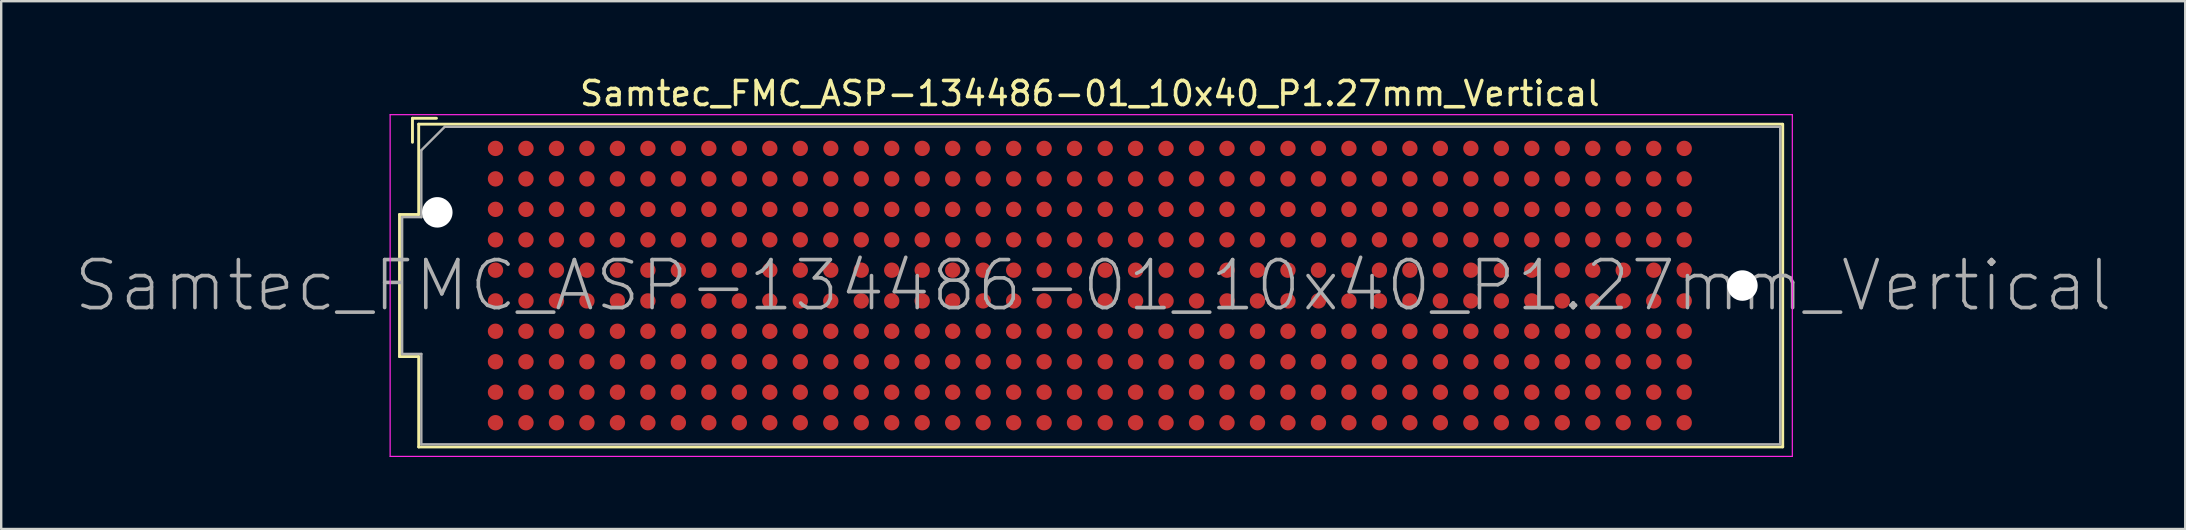
<source format=kicad_pcb>
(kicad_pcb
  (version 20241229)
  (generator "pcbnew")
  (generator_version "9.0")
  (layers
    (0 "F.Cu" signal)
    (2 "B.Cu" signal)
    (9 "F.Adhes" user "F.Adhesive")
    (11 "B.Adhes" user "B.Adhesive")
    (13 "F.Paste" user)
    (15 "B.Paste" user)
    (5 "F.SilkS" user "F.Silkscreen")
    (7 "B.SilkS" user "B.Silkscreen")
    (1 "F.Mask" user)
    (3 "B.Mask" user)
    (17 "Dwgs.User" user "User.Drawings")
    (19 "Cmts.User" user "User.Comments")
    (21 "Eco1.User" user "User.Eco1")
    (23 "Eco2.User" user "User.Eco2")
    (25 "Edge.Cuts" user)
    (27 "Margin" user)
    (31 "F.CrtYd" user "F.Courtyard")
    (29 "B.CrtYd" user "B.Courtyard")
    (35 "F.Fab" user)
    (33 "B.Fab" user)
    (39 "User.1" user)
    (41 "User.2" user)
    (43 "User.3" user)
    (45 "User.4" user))
  (footprint "Samtec_FMC_ASP-134486-01_10x40_P1.27mm_Vertical"
    (layer "F.Cu")
    (at 42.361 8.848)
    (property "Reference" "Samtec_FMC_ASP-134486-01_10x40_P1.27mm_Vertical" (at 0 -8 0) (layer "F.SilkS") (effects (font (size 1 1) (thickness 0.15))))
    (attr smd)
    (fp_line (start -28.765 -2.96) (end -27.965 -2.96) (stroke (width 0.12) (type solid)) (layer "F.SilkS"))
    (fp_line (start -28.765 2.96) (end -28.765 -2.96) (stroke (width 0.12) (type solid)) (layer "F.SilkS"))
    (fp_line (start -28.225 -6.97) (end -28.225 -5.97) (stroke (width 0.12) (type solid)) (layer "F.SilkS"))
    (fp_line (start -27.965 -6.725) (end 28.865 -6.725) (stroke (width 0.12) (type solid)) (layer "F.SilkS"))
    (fp_line (start -27.965 -2.96) (end -27.965 -6.725) (stroke (width 0.12) (type solid)) (layer "F.SilkS"))
    (fp_line (start -27.965 2.96) (end -28.765 2.96) (stroke (width 0.12) (type solid)) (layer "F.SilkS"))
    (fp_line (start -27.965 6.725) (end -27.965 2.96) (stroke (width 0.12) (type solid)) (layer "F.SilkS"))
    (fp_line (start -27.225 -6.97) (end -28.225 -6.97) (stroke (width 0.12) (type solid)) (layer "F.SilkS"))
    (fp_line (start 28.87 -6.72) (end 28.87 6.72) (stroke (width 0.12) (type solid)) (layer "F.SilkS"))
    (fp_line (start 28.87 6.725) (end -27.965 6.725) (stroke (width 0.12) (type solid)) (layer "F.SilkS"))
    (fp_line (start -29.155 -7.12) (end -29.155 7.12) (stroke (width 0.05) (type solid)) (layer "F.CrtYd"))
    (fp_line (start -29.155 -7.12) (end 29.27 -7.12) (stroke (width 0.05) (type solid)) (layer "F.CrtYd"))
    (fp_line (start -29.155 7.12) (end 29.27 7.12) (stroke (width 0.05) (type solid)) (layer "F.CrtYd"))
    (fp_line (start 29.27 -7.12) (end 29.27 7.12) (stroke (width 0.05) (type solid)) (layer "F.CrtYd"))
    (fp_line (start -28.655 -2.85) (end -28.655 2.85) (stroke (width 0.1) (type solid)) (layer "F.Fab"))
    (fp_line (start -27.855 -2.85) (end -28.655 -2.85) (stroke (width 0.1) (type solid)) (layer "F.Fab"))
    (fp_line (start -27.855 -2.85) (end -27.855 -5.63) (stroke (width 0.1) (type solid)) (layer "F.Fab"))
    (fp_line (start -27.855 2.85) (end -28.655 2.85) (stroke (width 0.1) (type solid)) (layer "F.Fab"))
    (fp_line (start -27.855 2.85) (end -27.855 6.615) (stroke (width 0.1) (type solid)) (layer "F.Fab"))
    (fp_line (start -26.875 -6.62) (end -27.855 -5.64) (stroke (width 0.1) (type solid)) (layer "F.Fab"))
    (fp_line (start 28.765 -6.615) (end -26.875 -6.615) (stroke (width 0.1) (type solid)) (layer "F.Fab"))
    (fp_line (start 28.765 -6.615) (end 28.765 6.615) (stroke (width 0.1) (type solid)) (layer "F.Fab"))
    (fp_line (start 28.765 6.615) (end -27.855 6.615) (stroke (width 0.1) (type solid)) (layer "F.Fab"))
    (fp_text user "${REFERENCE}" (at 0.14 0 0) (layer "F.Fab") (effects (font (size 2 2) (thickness 0.15))))
    (pad "" np_thru_hole circle (at -27.19 -3.05) (size 1.27 1.27) (drill 1.27) (layers "*.Cu" "*.Paste" "*.Mask"))
    (pad "" np_thru_hole circle (at 27.191 0) (size 1.27 1.27) (drill 1.27) (layers "*.Cu" "*.Paste" "*.Mask"))
    (pad "A1" smd circle (at -24.765 -5.715) (size 0.64 0.64) (layers "F.Cu" "F.Mask" "F.Paste"))
    (pad "A2" smd circle (at -23.495 -5.715) (size 0.64 0.64) (layers "F.Cu" "F.Mask" "F.Paste"))
    (pad "A3" smd circle (at -22.225 -5.715) (size 0.64 0.64) (layers "F.Cu" "F.Mask" "F.Paste"))
    (pad "A4" smd circle (at -20.955 -5.715) (size 0.64 0.64) (layers "F.Cu" "F.Mask" "F.Paste"))
    (pad "A5" smd circle (at -19.685 -5.715) (size 0.64 0.64) (layers "F.Cu" "F.Mask" "F.Paste"))
    (pad "A6" smd circle (at -18.415 -5.715) (size 0.64 0.64) (layers "F.Cu" "F.Mask" "F.Paste"))
    (pad "A7" smd circle (at -17.145 -5.715) (size 0.64 0.64) (layers "F.Cu" "F.Mask" "F.Paste"))
    (pad "A8" smd circle (at -15.875 -5.715) (size 0.64 0.64) (layers "F.Cu" "F.Mask" "F.Paste"))
    (pad "A9" smd circle (at -14.605 -5.715) (size 0.64 0.64) (layers "F.Cu" "F.Mask" "F.Paste"))
    (pad "A10" smd circle (at -13.335 -5.715) (size 0.64 0.64) (layers "F.Cu" "F.Mask" "F.Paste"))
    (pad "A11" smd circle (at -12.065 -5.715) (size 0.64 0.64) (layers "F.Cu" "F.Mask" "F.Paste"))
    (pad "A12" smd circle (at -10.795 -5.715) (size 0.64 0.64) (layers "F.Cu" "F.Mask" "F.Paste"))
    (pad "A13" smd circle (at -9.525 -5.715) (size 0.64 0.64) (layers "F.Cu" "F.Mask" "F.Paste"))
    (pad "A14" smd circle (at -8.255 -5.715) (size 0.64 0.64) (layers "F.Cu" "F.Mask" "F.Paste"))
    (pad "A15" smd circle (at -6.985 -5.715) (size 0.64 0.64) (layers "F.Cu" "F.Mask" "F.Paste"))
    (pad "A16" smd circle (at -5.715 -5.715) (size 0.64 0.64) (layers "F.Cu" "F.Mask" "F.Paste"))
    (pad "A17" smd circle (at -4.445 -5.715) (size 0.64 0.64) (layers "F.Cu" "F.Mask" "F.Paste"))
    (pad "A18" smd circle (at -3.175 -5.715) (size 0.64 0.64) (layers "F.Cu" "F.Mask" "F.Paste"))
    (pad "A19" smd circle (at -1.905 -5.715) (size 0.64 0.64) (layers "F.Cu" "F.Mask" "F.Paste"))
    (pad "A20" smd circle (at -0.64 -5.715) (size 0.64 0.64) (layers "F.Cu" "F.Mask" "F.Paste"))
    (pad "A21" smd circle (at 0.64 -5.715) (size 0.64 0.64) (layers "F.Cu" "F.Mask" "F.Paste"))
    (pad "A22" smd circle (at 1.905 -5.715) (size 0.64 0.64) (layers "F.Cu" "F.Mask" "F.Paste"))
    (pad "A23" smd circle (at 3.175 -5.715) (size 0.64 0.64) (layers "F.Cu" "F.Mask" "F.Paste"))
    (pad "A24" smd circle (at 4.445 -5.715) (size 0.64 0.64) (layers "F.Cu" "F.Mask" "F.Paste"))
    (pad "A25" smd circle (at 5.715 -5.715) (size 0.64 0.64) (layers "F.Cu" "F.Mask" "F.Paste"))
    (pad "A26" smd circle (at 6.985 -5.715) (size 0.64 0.64) (layers "F.Cu" "F.Mask" "F.Paste"))
    (pad "A27" smd circle (at 8.255 -5.715) (size 0.64 0.64) (layers "F.Cu" "F.Mask" "F.Paste"))
    (pad "A28" smd circle (at 9.525 -5.715) (size 0.64 0.64) (layers "F.Cu" "F.Mask" "F.Paste"))
    (pad "A29" smd circle (at 10.795 -5.715) (size 0.64 0.64) (layers "F.Cu" "F.Mask" "F.Paste"))
    (pad "A30" smd circle (at 12.065 -5.715) (size 0.64 0.64) (layers "F.Cu" "F.Mask" "F.Paste"))
    (pad "A31" smd circle (at 13.335 -5.715) (size 0.64 0.64) (layers "F.Cu" "F.Mask" "F.Paste"))
    (pad "A32" smd circle (at 14.605 -5.715) (size 0.64 0.64) (layers "F.Cu" "F.Mask" "F.Paste"))
    (pad "A33" smd circle (at 15.875 -5.715) (size 0.64 0.64) (layers "F.Cu" "F.Mask" "F.Paste"))
    (pad "A34" smd circle (at 17.145 -5.715) (size 0.64 0.64) (layers "F.Cu" "F.Mask" "F.Paste"))
    (pad "A35" smd circle (at 18.415 -5.715) (size 0.64 0.64) (layers "F.Cu" "F.Mask" "F.Paste"))
    (pad "A36" smd circle (at 19.685 -5.715) (size 0.64 0.64) (layers "F.Cu" "F.Mask" "F.Paste"))
    (pad "A37" smd circle (at 20.955 -5.715) (size 0.64 0.64) (layers "F.Cu" "F.Mask" "F.Paste"))
    (pad "A38" smd circle (at 22.225 -5.715) (size 0.64 0.64) (layers "F.Cu" "F.Mask" "F.Paste"))
    (pad "A39" smd circle (at 23.495 -5.715) (size 0.64 0.64) (layers "F.Cu" "F.Mask" "F.Paste"))
    (pad "A40" smd circle (at 24.765 -5.715) (size 0.64 0.64) (layers "F.Cu" "F.Mask" "F.Paste"))
    (pad "B1" smd circle (at -24.765 -4.445) (size 0.64 0.64) (layers "F.Cu" "F.Mask" "F.Paste"))
    (pad "B2" smd circle (at -23.495 -4.445) (size 0.64 0.64) (layers "F.Cu" "F.Mask" "F.Paste"))
    (pad "B3" smd circle (at -22.225 -4.445) (size 0.64 0.64) (layers "F.Cu" "F.Mask" "F.Paste"))
    (pad "B4" smd circle (at -20.955 -4.445) (size 0.64 0.64) (layers "F.Cu" "F.Mask" "F.Paste"))
    (pad "B5" smd circle (at -19.685 -4.445) (size 0.64 0.64) (layers "F.Cu" "F.Mask" "F.Paste"))
    (pad "B6" smd circle (at -18.415 -4.445) (size 0.64 0.64) (layers "F.Cu" "F.Mask" "F.Paste"))
    (pad "B7" smd circle (at -17.145 -4.445) (size 0.64 0.64) (layers "F.Cu" "F.Mask" "F.Paste"))
    (pad "B8" smd circle (at -15.875 -4.445) (size 0.64 0.64) (layers "F.Cu" "F.Mask" "F.Paste"))
    (pad "B9" smd circle (at -14.605 -4.445) (size 0.64 0.64) (layers "F.Cu" "F.Mask" "F.Paste"))
    (pad "B10" smd circle (at -13.335 -4.445) (size 0.64 0.64) (layers "F.Cu" "F.Mask" "F.Paste"))
    (pad "B11" smd circle (at -12.065 -4.445) (size 0.64 0.64) (layers "F.Cu" "F.Mask" "F.Paste"))
    (pad "B12" smd circle (at -10.795 -4.445) (size 0.64 0.64) (layers "F.Cu" "F.Mask" "F.Paste"))
    (pad "B13" smd circle (at -9.525 -4.445) (size 0.64 0.64) (layers "F.Cu" "F.Mask" "F.Paste"))
    (pad "B14" smd circle (at -8.255 -4.445) (size 0.64 0.64) (layers "F.Cu" "F.Mask" "F.Paste"))
    (pad "B15" smd circle (at -6.985 -4.445) (size 0.64 0.64) (layers "F.Cu" "F.Mask" "F.Paste"))
    (pad "B16" smd circle (at -5.715 -4.445) (size 0.64 0.64) (layers "F.Cu" "F.Mask" "F.Paste"))
    (pad "B17" smd circle (at -4.445 -4.445) (size 0.64 0.64) (layers "F.Cu" "F.Mask" "F.Paste"))
    (pad "B18" smd circle (at -3.175 -4.445) (size 0.64 0.64) (layers "F.Cu" "F.Mask" "F.Paste"))
    (pad "B19" smd circle (at -1.905 -4.445) (size 0.64 0.64) (layers "F.Cu" "F.Mask" "F.Paste"))
    (pad "B20" smd circle (at -0.64 -4.445) (size 0.64 0.64) (layers "F.Cu" "F.Mask" "F.Paste"))
    (pad "B21" smd circle (at 0.64 -4.445) (size 0.64 0.64) (layers "F.Cu" "F.Mask" "F.Paste"))
    (pad "B22" smd circle (at 1.905 -4.445) (size 0.64 0.64) (layers "F.Cu" "F.Mask" "F.Paste"))
    (pad "B23" smd circle (at 3.175 -4.445) (size 0.64 0.64) (layers "F.Cu" "F.Mask" "F.Paste"))
    (pad "B24" smd circle (at 4.445 -4.445) (size 0.64 0.64) (layers "F.Cu" "F.Mask" "F.Paste"))
    (pad "B25" smd circle (at 5.715 -4.445) (size 0.64 0.64) (layers "F.Cu" "F.Mask" "F.Paste"))
    (pad "B26" smd circle (at 6.985 -4.445) (size 0.64 0.64) (layers "F.Cu" "F.Mask" "F.Paste"))
    (pad "B27" smd circle (at 8.255 -4.445) (size 0.64 0.64) (layers "F.Cu" "F.Mask" "F.Paste"))
    (pad "B28" smd circle (at 9.525 -4.445) (size 0.64 0.64) (layers "F.Cu" "F.Mask" "F.Paste"))
    (pad "B29" smd circle (at 10.795 -4.445) (size 0.64 0.64) (layers "F.Cu" "F.Mask" "F.Paste"))
    (pad "B30" smd circle (at 12.065 -4.445) (size 0.64 0.64) (layers "F.Cu" "F.Mask" "F.Paste"))
    (pad "B31" smd circle (at 13.335 -4.445) (size 0.64 0.64) (layers "F.Cu" "F.Mask" "F.Paste"))
    (pad "B32" smd circle (at 14.605 -4.445) (size 0.64 0.64) (layers "F.Cu" "F.Mask" "F.Paste"))
    (pad "B33" smd circle (at 15.875 -4.445) (size 0.64 0.64) (layers "F.Cu" "F.Mask" "F.Paste"))
    (pad "B34" smd circle (at 17.145 -4.445) (size 0.64 0.64) (layers "F.Cu" "F.Mask" "F.Paste"))
    (pad "B35" smd circle (at 18.415 -4.445) (size 0.64 0.64) (layers "F.Cu" "F.Mask" "F.Paste"))
    (pad "B36" smd circle (at 19.685 -4.445) (size 0.64 0.64) (layers "F.Cu" "F.Mask" "F.Paste"))
    (pad "B37" smd circle (at 20.955 -4.445) (size 0.64 0.64) (layers "F.Cu" "F.Mask" "F.Paste"))
    (pad "B38" smd circle (at 22.225 -4.445) (size 0.64 0.64) (layers "F.Cu" "F.Mask" "F.Paste"))
    (pad "B39" smd circle (at 23.495 -4.445) (size 0.64 0.64) (layers "F.Cu" "F.Mask" "F.Paste"))
    (pad "B40" smd circle (at 24.765 -4.445) (size 0.64 0.64) (layers "F.Cu" "F.Mask" "F.Paste"))
    (pad "C1" smd circle (at -24.765 -3.175) (size 0.64 0.64) (layers "F.Cu" "F.Mask" "F.Paste"))
    (pad "C2" smd circle (at -23.495 -3.175) (size 0.64 0.64) (layers "F.Cu" "F.Mask" "F.Paste"))
    (pad "C3" smd circle (at -22.225 -3.175) (size 0.64 0.64) (layers "F.Cu" "F.Mask" "F.Paste"))
    (pad "C4" smd circle (at -20.955 -3.175) (size 0.64 0.64) (layers "F.Cu" "F.Mask" "F.Paste"))
    (pad "C5" smd circle (at -19.685 -3.175) (size 0.64 0.64) (layers "F.Cu" "F.Mask" "F.Paste"))
    (pad "C6" smd circle (at -18.415 -3.175) (size 0.64 0.64) (layers "F.Cu" "F.Mask" "F.Paste"))
    (pad "C7" smd circle (at -17.145 -3.175) (size 0.64 0.64) (layers "F.Cu" "F.Mask" "F.Paste"))
    (pad "C8" smd circle (at -15.875 -3.175) (size 0.64 0.64) (layers "F.Cu" "F.Mask" "F.Paste"))
    (pad "C9" smd circle (at -14.605 -3.175) (size 0.64 0.64) (layers "F.Cu" "F.Mask" "F.Paste"))
    (pad "C10" smd circle (at -13.335 -3.175) (size 0.64 0.64) (layers "F.Cu" "F.Mask" "F.Paste"))
    (pad "C11" smd circle (at -12.065 -3.175) (size 0.64 0.64) (layers "F.Cu" "F.Mask" "F.Paste"))
    (pad "C12" smd circle (at -10.795 -3.175) (size 0.64 0.64) (layers "F.Cu" "F.Mask" "F.Paste"))
    (pad "C13" smd circle (at -9.525 -3.175) (size 0.64 0.64) (layers "F.Cu" "F.Mask" "F.Paste"))
    (pad "C14" smd circle (at -8.255 -3.175) (size 0.64 0.64) (layers "F.Cu" "F.Mask" "F.Paste"))
    (pad "C15" smd circle (at -6.985 -3.175) (size 0.64 0.64) (layers "F.Cu" "F.Mask" "F.Paste"))
    (pad "C16" smd circle (at -5.715 -3.175) (size 0.64 0.64) (layers "F.Cu" "F.Mask" "F.Paste"))
    (pad "C17" smd circle (at -4.445 -3.175) (size 0.64 0.64) (layers "F.Cu" "F.Mask" "F.Paste"))
    (pad "C18" smd circle (at -3.175 -3.175) (size 0.64 0.64) (layers "F.Cu" "F.Mask" "F.Paste"))
    (pad "C19" smd circle (at -1.905 -3.175) (size 0.64 0.64) (layers "F.Cu" "F.Mask" "F.Paste"))
    (pad "C20" smd circle (at -0.64 -3.175) (size 0.64 0.64) (layers "F.Cu" "F.Mask" "F.Paste"))
    (pad "C21" smd circle (at 0.64 -3.175) (size 0.64 0.64) (layers "F.Cu" "F.Mask" "F.Paste"))
    (pad "C22" smd circle (at 1.905 -3.175) (size 0.64 0.64) (layers "F.Cu" "F.Mask" "F.Paste"))
    (pad "C23" smd circle (at 3.175 -3.175) (size 0.64 0.64) (layers "F.Cu" "F.Mask" "F.Paste"))
    (pad "C24" smd circle (at 4.445 -3.175) (size 0.64 0.64) (layers "F.Cu" "F.Mask" "F.Paste"))
    (pad "C25" smd circle (at 5.715 -3.175) (size 0.64 0.64) (layers "F.Cu" "F.Mask" "F.Paste"))
    (pad "C26" smd circle (at 6.985 -3.175) (size 0.64 0.64) (layers "F.Cu" "F.Mask" "F.Paste"))
    (pad "C27" smd circle (at 8.255 -3.175) (size 0.64 0.64) (layers "F.Cu" "F.Mask" "F.Paste"))
    (pad "C28" smd circle (at 9.525 -3.175) (size 0.64 0.64) (layers "F.Cu" "F.Mask" "F.Paste"))
    (pad "C29" smd circle (at 10.795 -3.175) (size 0.64 0.64) (layers "F.Cu" "F.Mask" "F.Paste"))
    (pad "C30" smd circle (at 12.065 -3.175) (size 0.64 0.64) (layers "F.Cu" "F.Mask" "F.Paste"))
    (pad "C31" smd circle (at 13.335 -3.175) (size 0.64 0.64) (layers "F.Cu" "F.Mask" "F.Paste"))
    (pad "C32" smd circle (at 14.605 -3.175) (size 0.64 0.64) (layers "F.Cu" "F.Mask" "F.Paste"))
    (pad "C33" smd circle (at 15.875 -3.175) (size 0.64 0.64) (layers "F.Cu" "F.Mask" "F.Paste"))
    (pad "C34" smd circle (at 17.145 -3.175) (size 0.64 0.64) (layers "F.Cu" "F.Mask" "F.Paste"))
    (pad "C35" smd circle (at 18.415 -3.175) (size 0.64 0.64) (layers "F.Cu" "F.Mask" "F.Paste"))
    (pad "C36" smd circle (at 19.685 -3.175) (size 0.64 0.64) (layers "F.Cu" "F.Mask" "F.Paste"))
    (pad "C37" smd circle (at 20.955 -3.175) (size 0.64 0.64) (layers "F.Cu" "F.Mask" "F.Paste"))
    (pad "C38" smd circle (at 22.225 -3.175) (size 0.64 0.64) (layers "F.Cu" "F.Mask" "F.Paste"))
    (pad "C39" smd circle (at 23.495 -3.175) (size 0.64 0.64) (layers "F.Cu" "F.Mask" "F.Paste"))
    (pad "C40" smd circle (at 24.765 -3.175) (size 0.64 0.64) (layers "F.Cu" "F.Mask" "F.Paste"))
    (pad "D1" smd circle (at -24.765 -1.905) (size 0.64 0.64) (layers "F.Cu" "F.Mask" "F.Paste"))
    (pad "D2" smd circle (at -23.495 -1.905) (size 0.64 0.64) (layers "F.Cu" "F.Mask" "F.Paste"))
    (pad "D3" smd circle (at -22.225 -1.905) (size 0.64 0.64) (layers "F.Cu" "F.Mask" "F.Paste"))
    (pad "D4" smd circle (at -20.955 -1.905) (size 0.64 0.64) (layers "F.Cu" "F.Mask" "F.Paste"))
    (pad "D5" smd circle (at -19.685 -1.905) (size 0.64 0.64) (layers "F.Cu" "F.Mask" "F.Paste"))
    (pad "D6" smd circle (at -18.415 -1.905) (size 0.64 0.64) (layers "F.Cu" "F.Mask" "F.Paste"))
    (pad "D7" smd circle (at -17.145 -1.905) (size 0.64 0.64) (layers "F.Cu" "F.Mask" "F.Paste"))
    (pad "D8" smd circle (at -15.875 -1.905) (size 0.64 0.64) (layers "F.Cu" "F.Mask" "F.Paste"))
    (pad "D9" smd circle (at -14.605 -1.905) (size 0.64 0.64) (layers "F.Cu" "F.Mask" "F.Paste"))
    (pad "D10" smd circle (at -13.335 -1.905) (size 0.64 0.64) (layers "F.Cu" "F.Mask" "F.Paste"))
    (pad "D11" smd circle (at -12.065 -1.905) (size 0.64 0.64) (layers "F.Cu" "F.Mask" "F.Paste"))
    (pad "D12" smd circle (at -10.795 -1.905) (size 0.64 0.64) (layers "F.Cu" "F.Mask" "F.Paste"))
    (pad "D13" smd circle (at -9.525 -1.905) (size 0.64 0.64) (layers "F.Cu" "F.Mask" "F.Paste"))
    (pad "D14" smd circle (at -8.255 -1.905) (size 0.64 0.64) (layers "F.Cu" "F.Mask" "F.Paste"))
    (pad "D15" smd circle (at -6.985 -1.905) (size 0.64 0.64) (layers "F.Cu" "F.Mask" "F.Paste"))
    (pad "D16" smd circle (at -5.715 -1.905) (size 0.64 0.64) (layers "F.Cu" "F.Mask" "F.Paste"))
    (pad "D17" smd circle (at -4.445 -1.905) (size 0.64 0.64) (layers "F.Cu" "F.Mask" "F.Paste"))
    (pad "D18" smd circle (at -3.175 -1.905) (size 0.64 0.64) (layers "F.Cu" "F.Mask" "F.Paste"))
    (pad "D19" smd circle (at -1.905 -1.905) (size 0.64 0.64) (layers "F.Cu" "F.Mask" "F.Paste"))
    (pad "D20" smd circle (at -0.64 -1.905) (size 0.64 0.64) (layers "F.Cu" "F.Mask" "F.Paste"))
    (pad "D21" smd circle (at 0.64 -1.905) (size 0.64 0.64) (layers "F.Cu" "F.Mask" "F.Paste"))
    (pad "D22" smd circle (at 1.905 -1.905) (size 0.64 0.64) (layers "F.Cu" "F.Mask" "F.Paste"))
    (pad "D23" smd circle (at 3.175 -1.905) (size 0.64 0.64) (layers "F.Cu" "F.Mask" "F.Paste"))
    (pad "D24" smd circle (at 4.445 -1.905) (size 0.64 0.64) (layers "F.Cu" "F.Mask" "F.Paste"))
    (pad "D25" smd circle (at 5.715 -1.905) (size 0.64 0.64) (layers "F.Cu" "F.Mask" "F.Paste"))
    (pad "D26" smd circle (at 6.985 -1.905) (size 0.64 0.64) (layers "F.Cu" "F.Mask" "F.Paste"))
    (pad "D27" smd circle (at 8.255 -1.905) (size 0.64 0.64) (layers "F.Cu" "F.Mask" "F.Paste"))
    (pad "D28" smd circle (at 9.525 -1.905) (size 0.64 0.64) (layers "F.Cu" "F.Mask" "F.Paste"))
    (pad "D29" smd circle (at 10.795 -1.905) (size 0.64 0.64) (layers "F.Cu" "F.Mask" "F.Paste"))
    (pad "D30" smd circle (at 12.065 -1.905) (size 0.64 0.64) (layers "F.Cu" "F.Mask" "F.Paste"))
    (pad "D31" smd circle (at 13.335 -1.905) (size 0.64 0.64) (layers "F.Cu" "F.Mask" "F.Paste"))
    (pad "D32" smd circle (at 14.605 -1.905) (size 0.64 0.64) (layers "F.Cu" "F.Mask" "F.Paste"))
    (pad "D33" smd circle (at 15.875 -1.905) (size 0.64 0.64) (layers "F.Cu" "F.Mask" "F.Paste"))
    (pad "D34" smd circle (at 17.145 -1.905) (size 0.64 0.64) (layers "F.Cu" "F.Mask" "F.Paste"))
    (pad "D35" smd circle (at 18.415 -1.905) (size 0.64 0.64) (layers "F.Cu" "F.Mask" "F.Paste"))
    (pad "D36" smd circle (at 19.685 -1.905) (size 0.64 0.64) (layers "F.Cu" "F.Mask" "F.Paste"))
    (pad "D37" smd circle (at 20.955 -1.905) (size 0.64 0.64) (layers "F.Cu" "F.Mask" "F.Paste"))
    (pad "D38" smd circle (at 22.225 -1.905) (size 0.64 0.64) (layers "F.Cu" "F.Mask" "F.Paste"))
    (pad "D39" smd circle (at 23.495 -1.905) (size 0.64 0.64) (layers "F.Cu" "F.Mask" "F.Paste"))
    (pad "D40" smd circle (at 24.765 -1.905) (size 0.64 0.64) (layers "F.Cu" "F.Mask" "F.Paste"))
    (pad "E1" smd circle (at -24.765 -0.64) (size 0.64 0.64) (layers "F.Cu" "F.Mask" "F.Paste"))
    (pad "E2" smd circle (at -23.495 -0.64) (size 0.64 0.64) (layers "F.Cu" "F.Mask" "F.Paste"))
    (pad "E3" smd circle (at -22.225 -0.64) (size 0.64 0.64) (layers "F.Cu" "F.Mask" "F.Paste"))
    (pad "E4" smd circle (at -20.955 -0.64) (size 0.64 0.64) (layers "F.Cu" "F.Mask" "F.Paste"))
    (pad "E5" smd circle (at -19.685 -0.64) (size 0.64 0.64) (layers "F.Cu" "F.Mask" "F.Paste"))
    (pad "E6" smd circle (at -18.415 -0.64) (size 0.64 0.64) (layers "F.Cu" "F.Mask" "F.Paste"))
    (pad "E7" smd circle (at -17.145 -0.64) (size 0.64 0.64) (layers "F.Cu" "F.Mask" "F.Paste"))
    (pad "E8" smd circle (at -15.875 -0.64) (size 0.64 0.64) (layers "F.Cu" "F.Mask" "F.Paste"))
    (pad "E9" smd circle (at -14.605 -0.64) (size 0.64 0.64) (layers "F.Cu" "F.Mask" "F.Paste"))
    (pad "E10" smd circle (at -13.335 -0.64) (size 0.64 0.64) (layers "F.Cu" "F.Mask" "F.Paste"))
    (pad "E11" smd circle (at -12.065 -0.64) (size 0.64 0.64) (layers "F.Cu" "F.Mask" "F.Paste"))
    (pad "E12" smd circle (at -10.795 -0.64) (size 0.64 0.64) (layers "F.Cu" "F.Mask" "F.Paste"))
    (pad "E13" smd circle (at -9.525 -0.64) (size 0.64 0.64) (layers "F.Cu" "F.Mask" "F.Paste"))
    (pad "E14" smd circle (at -8.255 -0.64) (size 0.64 0.64) (layers "F.Cu" "F.Mask" "F.Paste"))
    (pad "E15" smd circle (at -6.985 -0.64) (size 0.64 0.64) (layers "F.Cu" "F.Mask" "F.Paste"))
    (pad "E16" smd circle (at -5.715 -0.64) (size 0.64 0.64) (layers "F.Cu" "F.Mask" "F.Paste"))
    (pad "E17" smd circle (at -4.445 -0.64) (size 0.64 0.64) (layers "F.Cu" "F.Mask" "F.Paste"))
    (pad "E18" smd circle (at -3.175 -0.64) (size 0.64 0.64) (layers "F.Cu" "F.Mask" "F.Paste"))
    (pad "E19" smd circle (at -1.905 -0.64) (size 0.64 0.64) (layers "F.Cu" "F.Mask" "F.Paste"))
    (pad "E20" smd circle (at -0.64 -0.64) (size 0.64 0.64) (layers "F.Cu" "F.Mask" "F.Paste"))
    (pad "E21" smd circle (at 0.64 -0.64) (size 0.64 0.64) (layers "F.Cu" "F.Mask" "F.Paste"))
    (pad "E22" smd circle (at 1.905 -0.64) (size 0.64 0.64) (layers "F.Cu" "F.Mask" "F.Paste"))
    (pad "E23" smd circle (at 3.175 -0.64) (size 0.64 0.64) (layers "F.Cu" "F.Mask" "F.Paste"))
    (pad "E24" smd circle (at 4.445 -0.64) (size 0.64 0.64) (layers "F.Cu" "F.Mask" "F.Paste"))
    (pad "E25" smd circle (at 5.715 -0.64) (size 0.64 0.64) (layers "F.Cu" "F.Mask" "F.Paste"))
    (pad "E26" smd circle (at 6.985 -0.64) (size 0.64 0.64) (layers "F.Cu" "F.Mask" "F.Paste"))
    (pad "E27" smd circle (at 8.255 -0.64) (size 0.64 0.64) (layers "F.Cu" "F.Mask" "F.Paste"))
    (pad "E28" smd circle (at 9.525 -0.64) (size 0.64 0.64) (layers "F.Cu" "F.Mask" "F.Paste"))
    (pad "E29" smd circle (at 10.795 -0.64) (size 0.64 0.64) (layers "F.Cu" "F.Mask" "F.Paste"))
    (pad "E30" smd circle (at 12.065 -0.64) (size 0.64 0.64) (layers "F.Cu" "F.Mask" "F.Paste"))
    (pad "E31" smd circle (at 13.335 -0.64) (size 0.64 0.64) (layers "F.Cu" "F.Mask" "F.Paste"))
    (pad "E32" smd circle (at 14.605 -0.64) (size 0.64 0.64) (layers "F.Cu" "F.Mask" "F.Paste"))
    (pad "E33" smd circle (at 15.875 -0.64) (size 0.64 0.64) (layers "F.Cu" "F.Mask" "F.Paste"))
    (pad "E34" smd circle (at 17.145 -0.64) (size 0.64 0.64) (layers "F.Cu" "F.Mask" "F.Paste"))
    (pad "E35" smd circle (at 18.415 -0.64) (size 0.64 0.64) (layers "F.Cu" "F.Mask" "F.Paste"))
    (pad "E36" smd circle (at 19.685 -0.64) (size 0.64 0.64) (layers "F.Cu" "F.Mask" "F.Paste"))
    (pad "E37" smd circle (at 20.955 -0.64) (size 0.64 0.64) (layers "F.Cu" "F.Mask" "F.Paste"))
    (pad "E38" smd circle (at 22.225 -0.64) (size 0.64 0.64) (layers "F.Cu" "F.Mask" "F.Paste"))
    (pad "E39" smd circle (at 23.495 -0.64) (size 0.64 0.64) (layers "F.Cu" "F.Mask" "F.Paste"))
    (pad "E40" smd circle (at 24.765 -0.64) (size 0.64 0.64) (layers "F.Cu" "F.Mask" "F.Paste"))
    (pad "F1" smd circle (at -24.765 0.64) (size 0.64 0.64) (layers "F.Cu" "F.Mask" "F.Paste"))
    (pad "F2" smd circle (at -23.495 0.64) (size 0.64 0.64) (layers "F.Cu" "F.Mask" "F.Paste"))
    (pad "F3" smd circle (at -22.225 0.64) (size 0.64 0.64) (layers "F.Cu" "F.Mask" "F.Paste"))
    (pad "F4" smd circle (at -20.955 0.64) (size 0.64 0.64) (layers "F.Cu" "F.Mask" "F.Paste"))
    (pad "F5" smd circle (at -19.685 0.64) (size 0.64 0.64) (layers "F.Cu" "F.Mask" "F.Paste"))
    (pad "F6" smd circle (at -18.415 0.64) (size 0.64 0.64) (layers "F.Cu" "F.Mask" "F.Paste"))
    (pad "F7" smd circle (at -17.145 0.64) (size 0.64 0.64) (layers "F.Cu" "F.Mask" "F.Paste"))
    (pad "F8" smd circle (at -15.875 0.64) (size 0.64 0.64) (layers "F.Cu" "F.Mask" "F.Paste"))
    (pad "F9" smd circle (at -14.605 0.64) (size 0.64 0.64) (layers "F.Cu" "F.Mask" "F.Paste"))
    (pad "F10" smd circle (at -13.335 0.64) (size 0.64 0.64) (layers "F.Cu" "F.Mask" "F.Paste"))
    (pad "F11" smd circle (at -12.065 0.64) (size 0.64 0.64) (layers "F.Cu" "F.Mask" "F.Paste"))
    (pad "F12" smd circle (at -10.795 0.64) (size 0.64 0.64) (layers "F.Cu" "F.Mask" "F.Paste"))
    (pad "F13" smd circle (at -9.525 0.64) (size 0.64 0.64) (layers "F.Cu" "F.Mask" "F.Paste"))
    (pad "F14" smd circle (at -8.255 0.64) (size 0.64 0.64) (layers "F.Cu" "F.Mask" "F.Paste"))
    (pad "F15" smd circle (at -6.985 0.64) (size 0.64 0.64) (layers "F.Cu" "F.Mask" "F.Paste"))
    (pad "F16" smd circle (at -5.715 0.64) (size 0.64 0.64) (layers "F.Cu" "F.Mask" "F.Paste"))
    (pad "F17" smd circle (at -4.445 0.64) (size 0.64 0.64) (layers "F.Cu" "F.Mask" "F.Paste"))
    (pad "F18" smd circle (at -3.175 0.64) (size 0.64 0.64) (layers "F.Cu" "F.Mask" "F.Paste"))
    (pad "F19" smd circle (at -1.905 0.64) (size 0.64 0.64) (layers "F.Cu" "F.Mask" "F.Paste"))
    (pad "F20" smd circle (at -0.64 0.64) (size 0.64 0.64) (layers "F.Cu" "F.Mask" "F.Paste"))
    (pad "F21" smd circle (at 0.64 0.64) (size 0.64 0.64) (layers "F.Cu" "F.Mask" "F.Paste"))
    (pad "F22" smd circle (at 1.905 0.64) (size 0.64 0.64) (layers "F.Cu" "F.Mask" "F.Paste"))
    (pad "F23" smd circle (at 3.175 0.64) (size 0.64 0.64) (layers "F.Cu" "F.Mask" "F.Paste"))
    (pad "F24" smd circle (at 4.445 0.64) (size 0.64 0.64) (layers "F.Cu" "F.Mask" "F.Paste"))
    (pad "F25" smd circle (at 5.715 0.64) (size 0.64 0.64) (layers "F.Cu" "F.Mask" "F.Paste"))
    (pad "F26" smd circle (at 6.985 0.64) (size 0.64 0.64) (layers "F.Cu" "F.Mask" "F.Paste"))
    (pad "F27" smd circle (at 8.255 0.64) (size 0.64 0.64) (layers "F.Cu" "F.Mask" "F.Paste"))
    (pad "F28" smd circle (at 9.525 0.64) (size 0.64 0.64) (layers "F.Cu" "F.Mask" "F.Paste"))
    (pad "F29" smd circle (at 10.795 0.64) (size 0.64 0.64) (layers "F.Cu" "F.Mask" "F.Paste"))
    (pad "F30" smd circle (at 12.065 0.64) (size 0.64 0.64) (layers "F.Cu" "F.Mask" "F.Paste"))
    (pad "F31" smd circle (at 13.335 0.64) (size 0.64 0.64) (layers "F.Cu" "F.Mask" "F.Paste"))
    (pad "F32" smd circle (at 14.605 0.64) (size 0.64 0.64) (layers "F.Cu" "F.Mask" "F.Paste"))
    (pad "F33" smd circle (at 15.875 0.64) (size 0.64 0.64) (layers "F.Cu" "F.Mask" "F.Paste"))
    (pad "F34" smd circle (at 17.145 0.64) (size 0.64 0.64) (layers "F.Cu" "F.Mask" "F.Paste"))
    (pad "F35" smd circle (at 18.415 0.64) (size 0.64 0.64) (layers "F.Cu" "F.Mask" "F.Paste"))
    (pad "F36" smd circle (at 19.685 0.64) (size 0.64 0.64) (layers "F.Cu" "F.Mask" "F.Paste"))
    (pad "F37" smd circle (at 20.955 0.64) (size 0.64 0.64) (layers "F.Cu" "F.Mask" "F.Paste"))
    (pad "F38" smd circle (at 22.225 0.64) (size 0.64 0.64) (layers "F.Cu" "F.Mask" "F.Paste"))
    (pad "F39" smd circle (at 23.495 0.64) (size 0.64 0.64) (layers "F.Cu" "F.Mask" "F.Paste"))
    (pad "F40" smd circle (at 24.765 0.64) (size 0.64 0.64) (layers "F.Cu" "F.Mask" "F.Paste"))
    (pad "G1" smd circle (at -24.765 1.905) (size 0.64 0.64) (layers "F.Cu" "F.Mask" "F.Paste"))
    (pad "G2" smd circle (at -23.495 1.905) (size 0.64 0.64) (layers "F.Cu" "F.Mask" "F.Paste"))
    (pad "G3" smd circle (at -22.225 1.905) (size 0.64 0.64) (layers "F.Cu" "F.Mask" "F.Paste"))
    (pad "G4" smd circle (at -20.955 1.905) (size 0.64 0.64) (layers "F.Cu" "F.Mask" "F.Paste"))
    (pad "G5" smd circle (at -19.685 1.905) (size 0.64 0.64) (layers "F.Cu" "F.Mask" "F.Paste"))
    (pad "G6" smd circle (at -18.415 1.905) (size 0.64 0.64) (layers "F.Cu" "F.Mask" "F.Paste"))
    (pad "G7" smd circle (at -17.145 1.905) (size 0.64 0.64) (layers "F.Cu" "F.Mask" "F.Paste"))
    (pad "G8" smd circle (at -15.875 1.905) (size 0.64 0.64) (layers "F.Cu" "F.Mask" "F.Paste"))
    (pad "G9" smd circle (at -14.605 1.905) (size 0.64 0.64) (layers "F.Cu" "F.Mask" "F.Paste"))
    (pad "G10" smd circle (at -13.335 1.905) (size 0.64 0.64) (layers "F.Cu" "F.Mask" "F.Paste"))
    (pad "G11" smd circle (at -12.065 1.905) (size 0.64 0.64) (layers "F.Cu" "F.Mask" "F.Paste"))
    (pad "G12" smd circle (at -10.795 1.905) (size 0.64 0.64) (layers "F.Cu" "F.Mask" "F.Paste"))
    (pad "G13" smd circle (at -9.525 1.905) (size 0.64 0.64) (layers "F.Cu" "F.Mask" "F.Paste"))
    (pad "G14" smd circle (at -8.255 1.905) (size 0.64 0.64) (layers "F.Cu" "F.Mask" "F.Paste"))
    (pad "G15" smd circle (at -6.985 1.905) (size 0.64 0.64) (layers "F.Cu" "F.Mask" "F.Paste"))
    (pad "G16" smd circle (at -5.715 1.905) (size 0.64 0.64) (layers "F.Cu" "F.Mask" "F.Paste"))
    (pad "G17" smd circle (at -4.445 1.905) (size 0.64 0.64) (layers "F.Cu" "F.Mask" "F.Paste"))
    (pad "G18" smd circle (at -3.175 1.905) (size 0.64 0.64) (layers "F.Cu" "F.Mask" "F.Paste"))
    (pad "G19" smd circle (at -1.905 1.905) (size 0.64 0.64) (layers "F.Cu" "F.Mask" "F.Paste"))
    (pad "G20" smd circle (at -0.64 1.905) (size 0.64 0.64) (layers "F.Cu" "F.Mask" "F.Paste"))
    (pad "G21" smd circle (at 0.64 1.905) (size 0.64 0.64) (layers "F.Cu" "F.Mask" "F.Paste"))
    (pad "G22" smd circle (at 1.905 1.905) (size 0.64 0.64) (layers "F.Cu" "F.Mask" "F.Paste"))
    (pad "G23" smd circle (at 3.175 1.905) (size 0.64 0.64) (layers "F.Cu" "F.Mask" "F.Paste"))
    (pad "G24" smd circle (at 4.445 1.905) (size 0.64 0.64) (layers "F.Cu" "F.Mask" "F.Paste"))
    (pad "G25" smd circle (at 5.715 1.905) (size 0.64 0.64) (layers "F.Cu" "F.Mask" "F.Paste"))
    (pad "G26" smd circle (at 6.985 1.905) (size 0.64 0.64) (layers "F.Cu" "F.Mask" "F.Paste"))
    (pad "G27" smd circle (at 8.255 1.905) (size 0.64 0.64) (layers "F.Cu" "F.Mask" "F.Paste"))
    (pad "G28" smd circle (at 9.525 1.905) (size 0.64 0.64) (layers "F.Cu" "F.Mask" "F.Paste"))
    (pad "G29" smd circle (at 10.795 1.905) (size 0.64 0.64) (layers "F.Cu" "F.Mask" "F.Paste"))
    (pad "G30" smd circle (at 12.065 1.905) (size 0.64 0.64) (layers "F.Cu" "F.Mask" "F.Paste"))
    (pad "G31" smd circle (at 13.335 1.905) (size 0.64 0.64) (layers "F.Cu" "F.Mask" "F.Paste"))
    (pad "G32" smd circle (at 14.605 1.905) (size 0.64 0.64) (layers "F.Cu" "F.Mask" "F.Paste"))
    (pad "G33" smd circle (at 15.875 1.905) (size 0.64 0.64) (layers "F.Cu" "F.Mask" "F.Paste"))
    (pad "G34" smd circle (at 17.145 1.905) (size 0.64 0.64) (layers "F.Cu" "F.Mask" "F.Paste"))
    (pad "G35" smd circle (at 18.415 1.905) (size 0.64 0.64) (layers "F.Cu" "F.Mask" "F.Paste"))
    (pad "G36" smd circle (at 19.685 1.905) (size 0.64 0.64) (layers "F.Cu" "F.Mask" "F.Paste"))
    (pad "G37" smd circle (at 20.955 1.905) (size 0.64 0.64) (layers "F.Cu" "F.Mask" "F.Paste"))
    (pad "G38" smd circle (at 22.225 1.905) (size 0.64 0.64) (layers "F.Cu" "F.Mask" "F.Paste"))
    (pad "G39" smd circle (at 23.495 1.905) (size 0.64 0.64) (layers "F.Cu" "F.Mask" "F.Paste"))
    (pad "G40" smd circle (at 24.765 1.905) (size 0.64 0.64) (layers "F.Cu" "F.Mask" "F.Paste"))
    (pad "H1" smd circle (at -24.765 3.175) (size 0.64 0.64) (layers "F.Cu" "F.Mask" "F.Paste"))
    (pad "H2" smd circle (at -23.495 3.175) (size 0.64 0.64) (layers "F.Cu" "F.Mask" "F.Paste"))
    (pad "H3" smd circle (at -22.225 3.175) (size 0.64 0.64) (layers "F.Cu" "F.Mask" "F.Paste"))
    (pad "H4" smd circle (at -20.955 3.175) (size 0.64 0.64) (layers "F.Cu" "F.Mask" "F.Paste"))
    (pad "H5" smd circle (at -19.685 3.175) (size 0.64 0.64) (layers "F.Cu" "F.Mask" "F.Paste"))
    (pad "H6" smd circle (at -18.415 3.175) (size 0.64 0.64) (layers "F.Cu" "F.Mask" "F.Paste"))
    (pad "H7" smd circle (at -17.145 3.175) (size 0.64 0.64) (layers "F.Cu" "F.Mask" "F.Paste"))
    (pad "H8" smd circle (at -15.875 3.175) (size 0.64 0.64) (layers "F.Cu" "F.Mask" "F.Paste"))
    (pad "H9" smd circle (at -14.605 3.175) (size 0.64 0.64) (layers "F.Cu" "F.Mask" "F.Paste"))
    (pad "H10" smd circle (at -13.335 3.175) (size 0.64 0.64) (layers "F.Cu" "F.Mask" "F.Paste"))
    (pad "H11" smd circle (at -12.065 3.175) (size 0.64 0.64) (layers "F.Cu" "F.Mask" "F.Paste"))
    (pad "H12" smd circle (at -10.795 3.175) (size 0.64 0.64) (layers "F.Cu" "F.Mask" "F.Paste"))
    (pad "H13" smd circle (at -9.525 3.175) (size 0.64 0.64) (layers "F.Cu" "F.Mask" "F.Paste"))
    (pad "H14" smd circle (at -8.255 3.175) (size 0.64 0.64) (layers "F.Cu" "F.Mask" "F.Paste"))
    (pad "H15" smd circle (at -6.985 3.175) (size 0.64 0.64) (layers "F.Cu" "F.Mask" "F.Paste"))
    (pad "H16" smd circle (at -5.715 3.175) (size 0.64 0.64) (layers "F.Cu" "F.Mask" "F.Paste"))
    (pad "H17" smd circle (at -4.445 3.175) (size 0.64 0.64) (layers "F.Cu" "F.Mask" "F.Paste"))
    (pad "H18" smd circle (at -3.175 3.175) (size 0.64 0.64) (layers "F.Cu" "F.Mask" "F.Paste"))
    (pad "H19" smd circle (at -1.905 3.175) (size 0.64 0.64) (layers "F.Cu" "F.Mask" "F.Paste"))
    (pad "H20" smd circle (at -0.64 3.175) (size 0.64 0.64) (layers "F.Cu" "F.Mask" "F.Paste"))
    (pad "H21" smd circle (at 0.64 3.175) (size 0.64 0.64) (layers "F.Cu" "F.Mask" "F.Paste"))
    (pad "H22" smd circle (at 1.905 3.175) (size 0.64 0.64) (layers "F.Cu" "F.Mask" "F.Paste"))
    (pad "H23" smd circle (at 3.175 3.175) (size 0.64 0.64) (layers "F.Cu" "F.Mask" "F.Paste"))
    (pad "H24" smd circle (at 4.445 3.175) (size 0.64 0.64) (layers "F.Cu" "F.Mask" "F.Paste"))
    (pad "H25" smd circle (at 5.715 3.175) (size 0.64 0.64) (layers "F.Cu" "F.Mask" "F.Paste"))
    (pad "H26" smd circle (at 6.985 3.175) (size 0.64 0.64) (layers "F.Cu" "F.Mask" "F.Paste"))
    (pad "H27" smd circle (at 8.255 3.175) (size 0.64 0.64) (layers "F.Cu" "F.Mask" "F.Paste"))
    (pad "H28" smd circle (at 9.525 3.175) (size 0.64 0.64) (layers "F.Cu" "F.Mask" "F.Paste"))
    (pad "H29" smd circle (at 10.795 3.175) (size 0.64 0.64) (layers "F.Cu" "F.Mask" "F.Paste"))
    (pad "H30" smd circle (at 12.065 3.175) (size 0.64 0.64) (layers "F.Cu" "F.Mask" "F.Paste"))
    (pad "H31" smd circle (at 13.335 3.175) (size 0.64 0.64) (layers "F.Cu" "F.Mask" "F.Paste"))
    (pad "H32" smd circle (at 14.605 3.175) (size 0.64 0.64) (layers "F.Cu" "F.Mask" "F.Paste"))
    (pad "H33" smd circle (at 15.875 3.175) (size 0.64 0.64) (layers "F.Cu" "F.Mask" "F.Paste"))
    (pad "H34" smd circle (at 17.145 3.175) (size 0.64 0.64) (layers "F.Cu" "F.Mask" "F.Paste"))
    (pad "H35" smd circle (at 18.415 3.175) (size 0.64 0.64) (layers "F.Cu" "F.Mask" "F.Paste"))
    (pad "H36" smd circle (at 19.685 3.175) (size 0.64 0.64) (layers "F.Cu" "F.Mask" "F.Paste"))
    (pad "H37" smd circle (at 20.955 3.175) (size 0.64 0.64) (layers "F.Cu" "F.Mask" "F.Paste"))
    (pad "H38" smd circle (at 22.225 3.175) (size 0.64 0.64) (layers "F.Cu" "F.Mask" "F.Paste"))
    (pad "H39" smd circle (at 23.495 3.175) (size 0.64 0.64) (layers "F.Cu" "F.Mask" "F.Paste"))
    (pad "H40" smd circle (at 24.765 3.175) (size 0.64 0.64) (layers "F.Cu" "F.Mask" "F.Paste"))
    (pad "J1" smd circle (at -24.765 4.445) (size 0.64 0.64) (layers "F.Cu" "F.Mask" "F.Paste"))
    (pad "J2" smd circle (at -23.495 4.445) (size 0.64 0.64) (layers "F.Cu" "F.Mask" "F.Paste"))
    (pad "J3" smd circle (at -22.225 4.445) (size 0.64 0.64) (layers "F.Cu" "F.Mask" "F.Paste"))
    (pad "J4" smd circle (at -20.955 4.445) (size 0.64 0.64) (layers "F.Cu" "F.Mask" "F.Paste"))
    (pad "J5" smd circle (at -19.685 4.445) (size 0.64 0.64) (layers "F.Cu" "F.Mask" "F.Paste"))
    (pad "J6" smd circle (at -18.415 4.445) (size 0.64 0.64) (layers "F.Cu" "F.Mask" "F.Paste"))
    (pad "J7" smd circle (at -17.145 4.445) (size 0.64 0.64) (layers "F.Cu" "F.Mask" "F.Paste"))
    (pad "J8" smd circle (at -15.875 4.445) (size 0.64 0.64) (layers "F.Cu" "F.Mask" "F.Paste"))
    (pad "J9" smd circle (at -14.605 4.445) (size 0.64 0.64) (layers "F.Cu" "F.Mask" "F.Paste"))
    (pad "J10" smd circle (at -13.335 4.445) (size 0.64 0.64) (layers "F.Cu" "F.Mask" "F.Paste"))
    (pad "J11" smd circle (at -12.065 4.445) (size 0.64 0.64) (layers "F.Cu" "F.Mask" "F.Paste"))
    (pad "J12" smd circle (at -10.795 4.445) (size 0.64 0.64) (layers "F.Cu" "F.Mask" "F.Paste"))
    (pad "J13" smd circle (at -9.525 4.445) (size 0.64 0.64) (layers "F.Cu" "F.Mask" "F.Paste"))
    (pad "J14" smd circle (at -8.255 4.445) (size 0.64 0.64) (layers "F.Cu" "F.Mask" "F.Paste"))
    (pad "J15" smd circle (at -6.985 4.445) (size 0.64 0.64) (layers "F.Cu" "F.Mask" "F.Paste"))
    (pad "J16" smd circle (at -5.715 4.445) (size 0.64 0.64) (layers "F.Cu" "F.Mask" "F.Paste"))
    (pad "J17" smd circle (at -4.445 4.445) (size 0.64 0.64) (layers "F.Cu" "F.Mask" "F.Paste"))
    (pad "J18" smd circle (at -3.175 4.445) (size 0.64 0.64) (layers "F.Cu" "F.Mask" "F.Paste"))
    (pad "J19" smd circle (at -1.905 4.445) (size 0.64 0.64) (layers "F.Cu" "F.Mask" "F.Paste"))
    (pad "J20" smd circle (at -0.64 4.445) (size 0.64 0.64) (layers "F.Cu" "F.Mask" "F.Paste"))
    (pad "J21" smd circle (at 0.64 4.445) (size 0.64 0.64) (layers "F.Cu" "F.Mask" "F.Paste"))
    (pad "J22" smd circle (at 1.905 4.445) (size 0.64 0.64) (layers "F.Cu" "F.Mask" "F.Paste"))
    (pad "J23" smd circle (at 3.175 4.445) (size 0.64 0.64) (layers "F.Cu" "F.Mask" "F.Paste"))
    (pad "J24" smd circle (at 4.445 4.445) (size 0.64 0.64) (layers "F.Cu" "F.Mask" "F.Paste"))
    (pad "J25" smd circle (at 5.715 4.445) (size 0.64 0.64) (layers "F.Cu" "F.Mask" "F.Paste"))
    (pad "J26" smd circle (at 6.985 4.445) (size 0.64 0.64) (layers "F.Cu" "F.Mask" "F.Paste"))
    (pad "J27" smd circle (at 8.255 4.445) (size 0.64 0.64) (layers "F.Cu" "F.Mask" "F.Paste"))
    (pad "J28" smd circle (at 9.525 4.445) (size 0.64 0.64) (layers "F.Cu" "F.Mask" "F.Paste"))
    (pad "J29" smd circle (at 10.795 4.445) (size 0.64 0.64) (layers "F.Cu" "F.Mask" "F.Paste"))
    (pad "J30" smd circle (at 12.065 4.445) (size 0.64 0.64) (layers "F.Cu" "F.Mask" "F.Paste"))
    (pad "J31" smd circle (at 13.335 4.445) (size 0.64 0.64) (layers "F.Cu" "F.Mask" "F.Paste"))
    (pad "J32" smd circle (at 14.605 4.445) (size 0.64 0.64) (layers "F.Cu" "F.Mask" "F.Paste"))
    (pad "J33" smd circle (at 15.875 4.445) (size 0.64 0.64) (layers "F.Cu" "F.Mask" "F.Paste"))
    (pad "J34" smd circle (at 17.145 4.445) (size 0.64 0.64) (layers "F.Cu" "F.Mask" "F.Paste"))
    (pad "J35" smd circle (at 18.415 4.445) (size 0.64 0.64) (layers "F.Cu" "F.Mask" "F.Paste"))
    (pad "J36" smd circle (at 19.685 4.445) (size 0.64 0.64) (layers "F.Cu" "F.Mask" "F.Paste"))
    (pad "J37" smd circle (at 20.955 4.445) (size 0.64 0.64) (layers "F.Cu" "F.Mask" "F.Paste"))
    (pad "J38" smd circle (at 22.225 4.445) (size 0.64 0.64) (layers "F.Cu" "F.Mask" "F.Paste"))
    (pad "J39" smd circle (at 23.495 4.445) (size 0.64 0.64) (layers "F.Cu" "F.Mask" "F.Paste"))
    (pad "J40" smd circle (at 24.765 4.445) (size 0.64 0.64) (layers "F.Cu" "F.Mask" "F.Paste"))
    (pad "K1" smd circle (at -24.765 5.715) (size 0.64 0.64) (layers "F.Cu" "F.Mask" "F.Paste"))
    (pad "K2" smd circle (at -23.495 5.715) (size 0.64 0.64) (layers "F.Cu" "F.Mask" "F.Paste"))
    (pad "K3" smd circle (at -22.225 5.715) (size 0.64 0.64) (layers "F.Cu" "F.Mask" "F.Paste"))
    (pad "K4" smd circle (at -20.955 5.715) (size 0.64 0.64) (layers "F.Cu" "F.Mask" "F.Paste"))
    (pad "K5" smd circle (at -19.685 5.715) (size 0.64 0.64) (layers "F.Cu" "F.Mask" "F.Paste"))
    (pad "K6" smd circle (at -18.415 5.715) (size 0.64 0.64) (layers "F.Cu" "F.Mask" "F.Paste"))
    (pad "K7" smd circle (at -17.145 5.715) (size 0.64 0.64) (layers "F.Cu" "F.Mask" "F.Paste"))
    (pad "K8" smd circle (at -15.875 5.715) (size 0.64 0.64) (layers "F.Cu" "F.Mask" "F.Paste"))
    (pad "K9" smd circle (at -14.605 5.715) (size 0.64 0.64) (layers "F.Cu" "F.Mask" "F.Paste"))
    (pad "K10" smd circle (at -13.335 5.715) (size 0.64 0.64) (layers "F.Cu" "F.Mask" "F.Paste"))
    (pad "K11" smd circle (at -12.065 5.715) (size 0.64 0.64) (layers "F.Cu" "F.Mask" "F.Paste"))
    (pad "K12" smd circle (at -10.795 5.715) (size 0.64 0.64) (layers "F.Cu" "F.Mask" "F.Paste"))
    (pad "K13" smd circle (at -9.525 5.715) (size 0.64 0.64) (layers "F.Cu" "F.Mask" "F.Paste"))
    (pad "K14" smd circle (at -8.255 5.715) (size 0.64 0.64) (layers "F.Cu" "F.Mask" "F.Paste"))
    (pad "K15" smd circle (at -6.985 5.715) (size 0.64 0.64) (layers "F.Cu" "F.Mask" "F.Paste"))
    (pad "K16" smd circle (at -5.715 5.715) (size 0.64 0.64) (layers "F.Cu" "F.Mask" "F.Paste"))
    (pad "K17" smd circle (at -4.445 5.715) (size 0.64 0.64) (layers "F.Cu" "F.Mask" "F.Paste"))
    (pad "K18" smd circle (at -3.175 5.715) (size 0.64 0.64) (layers "F.Cu" "F.Mask" "F.Paste"))
    (pad "K19" smd circle (at -1.905 5.715) (size 0.64 0.64) (layers "F.Cu" "F.Mask" "F.Paste"))
    (pad "K20" smd circle (at -0.64 5.715) (size 0.64 0.64) (layers "F.Cu" "F.Mask" "F.Paste"))
    (pad "K21" smd circle (at 0.64 5.715) (size 0.64 0.64) (layers "F.Cu" "F.Mask" "F.Paste"))
    (pad "K22" smd circle (at 1.905 5.715) (size 0.64 0.64) (layers "F.Cu" "F.Mask" "F.Paste"))
    (pad "K23" smd circle (at 3.175 5.715) (size 0.64 0.64) (layers "F.Cu" "F.Mask" "F.Paste"))
    (pad "K24" smd circle (at 4.445 5.715) (size 0.64 0.64) (layers "F.Cu" "F.Mask" "F.Paste"))
    (pad "K25" smd circle (at 5.715 5.715) (size 0.64 0.64) (layers "F.Cu" "F.Mask" "F.Paste"))
    (pad "K26" smd circle (at 6.985 5.715) (size 0.64 0.64) (layers "F.Cu" "F.Mask" "F.Paste"))
    (pad "K27" smd circle (at 8.255 5.715) (size 0.64 0.64) (layers "F.Cu" "F.Mask" "F.Paste"))
    (pad "K28" smd circle (at 9.525 5.715) (size 0.64 0.64) (layers "F.Cu" "F.Mask" "F.Paste"))
    (pad "K29" smd circle (at 10.795 5.715) (size 0.64 0.64) (layers "F.Cu" "F.Mask" "F.Paste"))
    (pad "K30" smd circle (at 12.065 5.715) (size 0.64 0.64) (layers "F.Cu" "F.Mask" "F.Paste"))
    (pad "K31" smd circle (at 13.335 5.715) (size 0.64 0.64) (layers "F.Cu" "F.Mask" "F.Paste"))
    (pad "K32" smd circle (at 14.605 5.715) (size 0.64 0.64) (layers "F.Cu" "F.Mask" "F.Paste"))
    (pad "K33" smd circle (at 15.875 5.715) (size 0.64 0.64) (layers "F.Cu" "F.Mask" "F.Paste"))
    (pad "K34" smd circle (at 17.145 5.715) (size 0.64 0.64) (layers "F.Cu" "F.Mask" "F.Paste"))
    (pad "K35" smd circle (at 18.415 5.715) (size 0.64 0.64) (layers "F.Cu" "F.Mask" "F.Paste"))
    (pad "K36" smd circle (at 19.685 5.715) (size 0.64 0.64) (layers "F.Cu" "F.Mask" "F.Paste"))
    (pad "K37" smd circle (at 20.955 5.715) (size 0.64 0.64) (layers "F.Cu" "F.Mask" "F.Paste"))
    (pad "K38" smd circle (at 22.225 5.715) (size 0.64 0.64) (layers "F.Cu" "F.Mask" "F.Paste"))
    (pad "K39" smd circle (at 23.495 5.715) (size 0.64 0.64) (layers "F.Cu" "F.Mask" "F.Paste"))
    (pad "K40" smd circle (at 24.765 5.715) (size 0.64 0.64) (layers "F.Cu" "F.Mask" "F.Paste")))
  (gr_rect
    (start -3 -3)
    (end 88.002 18.993)
    (stroke (width 0.1) (type default))
    (fill no)
    (layer "Edge.Cuts")))
</source>
